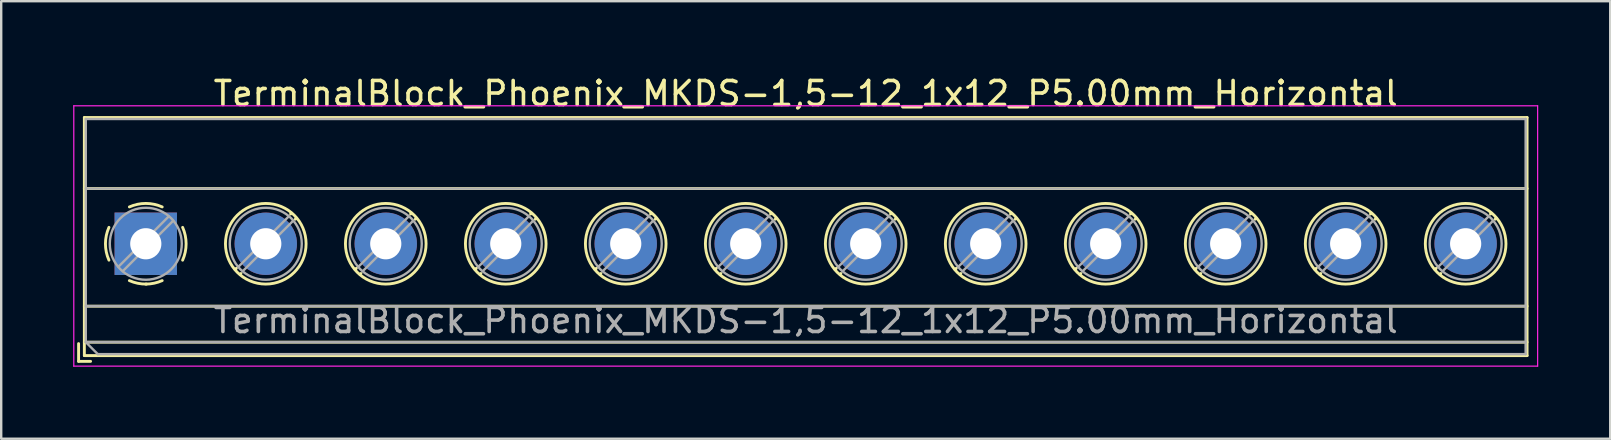
<source format=kicad_pcb>
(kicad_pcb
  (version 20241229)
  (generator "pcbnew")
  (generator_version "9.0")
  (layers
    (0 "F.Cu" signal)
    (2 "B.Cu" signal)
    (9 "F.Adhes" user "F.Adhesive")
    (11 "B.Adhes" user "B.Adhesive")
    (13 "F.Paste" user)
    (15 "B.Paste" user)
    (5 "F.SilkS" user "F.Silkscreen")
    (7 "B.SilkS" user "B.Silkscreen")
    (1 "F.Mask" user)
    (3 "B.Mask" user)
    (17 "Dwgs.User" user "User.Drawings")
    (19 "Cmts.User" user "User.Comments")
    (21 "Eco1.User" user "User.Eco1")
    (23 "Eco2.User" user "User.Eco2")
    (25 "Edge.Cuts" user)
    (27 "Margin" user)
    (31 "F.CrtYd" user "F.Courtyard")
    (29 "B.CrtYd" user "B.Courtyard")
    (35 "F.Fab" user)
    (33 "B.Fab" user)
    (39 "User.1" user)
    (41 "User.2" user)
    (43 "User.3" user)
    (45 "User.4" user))
  (footprint "TerminalBlock_Phoenix_MKDS-1,5-12_1x12_P5.00mm_Horizontal"
    (layer "F.Cu")
    (at 3.025 7.108)
    (property "Reference" "TerminalBlock_Phoenix_MKDS-1,5-12_1x12_P5.00mm_Horizontal" (at 27.5 -6.26 0) (layer "F.SilkS") (effects (font (size 1 1) (thickness 0.15))))
    (attr through_hole)
    (fp_line (start -2.8 4.16) (end -2.8 4.9) (stroke (width 0.12) (type solid)) (layer "F.SilkS"))
    (fp_line (start -2.8 4.9) (end -2.3 4.9) (stroke (width 0.12) (type solid)) (layer "F.SilkS"))
    (fp_line (start -2.56 -5.261) (end -2.56 4.66) (stroke (width 0.12) (type solid)) (layer "F.SilkS"))
    (fp_line (start -2.56 -5.261) (end 57.56 -5.261) (stroke (width 0.12) (type solid)) (layer "F.SilkS"))
    (fp_line (start -2.56 -2.301) (end 57.56 -2.301) (stroke (width 0.12) (type solid)) (layer "F.SilkS"))
    (fp_line (start -2.56 2.6) (end 57.56 2.6) (stroke (width 0.12) (type solid)) (layer "F.SilkS"))
    (fp_line (start -2.56 4.1) (end 57.56 4.1) (stroke (width 0.12) (type solid)) (layer "F.SilkS"))
    (fp_line (start -2.56 4.66) (end 57.56 4.66) (stroke (width 0.12) (type solid)) (layer "F.SilkS"))
    (fp_line (start 3.773 1.023) (end 3.726 1.069) (stroke (width 0.12) (type solid)) (layer "F.SilkS"))
    (fp_line (start 3.966 1.239) (end 3.931 1.274) (stroke (width 0.12) (type solid)) (layer "F.SilkS"))
    (fp_line (start 6.07 -1.275) (end 6.035 -1.239) (stroke (width 0.12) (type solid)) (layer "F.SilkS"))
    (fp_line (start 6.275 -1.069) (end 6.228 -1.023) (stroke (width 0.12) (type solid)) (layer "F.SilkS"))
    (fp_line (start 8.773 1.023) (end 8.726 1.069) (stroke (width 0.12) (type solid)) (layer "F.SilkS"))
    (fp_line (start 8.966 1.239) (end 8.931 1.274) (stroke (width 0.12) (type solid)) (layer "F.SilkS"))
    (fp_line (start 11.07 -1.275) (end 11.035 -1.239) (stroke (width 0.12) (type solid)) (layer "F.SilkS"))
    (fp_line (start 11.275 -1.069) (end 11.228 -1.023) (stroke (width 0.12) (type solid)) (layer "F.SilkS"))
    (fp_line (start 13.773 1.023) (end 13.726 1.069) (stroke (width 0.12) (type solid)) (layer "F.SilkS"))
    (fp_line (start 13.966 1.239) (end 13.931 1.274) (stroke (width 0.12) (type solid)) (layer "F.SilkS"))
    (fp_line (start 16.07 -1.275) (end 16.035 -1.239) (stroke (width 0.12) (type solid)) (layer "F.SilkS"))
    (fp_line (start 16.275 -1.069) (end 16.228 -1.023) (stroke (width 0.12) (type solid)) (layer "F.SilkS"))
    (fp_line (start 18.773 1.023) (end 18.726 1.069) (stroke (width 0.12) (type solid)) (layer "F.SilkS"))
    (fp_line (start 18.966 1.239) (end 18.931 1.274) (stroke (width 0.12) (type solid)) (layer "F.SilkS"))
    (fp_line (start 21.07 -1.275) (end 21.035 -1.239) (stroke (width 0.12) (type solid)) (layer "F.SilkS"))
    (fp_line (start 21.275 -1.069) (end 21.228 -1.023) (stroke (width 0.12) (type solid)) (layer "F.SilkS"))
    (fp_line (start 23.773 1.023) (end 23.726 1.069) (stroke (width 0.12) (type solid)) (layer "F.SilkS"))
    (fp_line (start 23.966 1.239) (end 23.931 1.274) (stroke (width 0.12) (type solid)) (layer "F.SilkS"))
    (fp_line (start 26.07 -1.275) (end 26.035 -1.239) (stroke (width 0.12) (type solid)) (layer "F.SilkS"))
    (fp_line (start 26.275 -1.069) (end 26.228 -1.023) (stroke (width 0.12) (type solid)) (layer "F.SilkS"))
    (fp_line (start 28.773 1.023) (end 28.726 1.069) (stroke (width 0.12) (type solid)) (layer "F.SilkS"))
    (fp_line (start 28.966 1.239) (end 28.931 1.274) (stroke (width 0.12) (type solid)) (layer "F.SilkS"))
    (fp_line (start 31.07 -1.275) (end 31.035 -1.239) (stroke (width 0.12) (type solid)) (layer "F.SilkS"))
    (fp_line (start 31.275 -1.069) (end 31.228 -1.023) (stroke (width 0.12) (type solid)) (layer "F.SilkS"))
    (fp_line (start 33.773 1.023) (end 33.726 1.069) (stroke (width 0.12) (type solid)) (layer "F.SilkS"))
    (fp_line (start 33.966 1.239) (end 33.931 1.274) (stroke (width 0.12) (type solid)) (layer "F.SilkS"))
    (fp_line (start 36.07 -1.275) (end 36.035 -1.239) (stroke (width 0.12) (type solid)) (layer "F.SilkS"))
    (fp_line (start 36.275 -1.069) (end 36.228 -1.023) (stroke (width 0.12) (type solid)) (layer "F.SilkS"))
    (fp_line (start 38.773 1.023) (end 38.726 1.069) (stroke (width 0.12) (type solid)) (layer "F.SilkS"))
    (fp_line (start 38.966 1.239) (end 38.931 1.274) (stroke (width 0.12) (type solid)) (layer "F.SilkS"))
    (fp_line (start 41.07 -1.275) (end 41.035 -1.239) (stroke (width 0.12) (type solid)) (layer "F.SilkS"))
    (fp_line (start 41.275 -1.069) (end 41.228 -1.023) (stroke (width 0.12) (type solid)) (layer "F.SilkS"))
    (fp_line (start 43.773 1.023) (end 43.726 1.069) (stroke (width 0.12) (type solid)) (layer "F.SilkS"))
    (fp_line (start 43.966 1.239) (end 43.931 1.274) (stroke (width 0.12) (type solid)) (layer "F.SilkS"))
    (fp_line (start 46.07 -1.275) (end 46.035 -1.239) (stroke (width 0.12) (type solid)) (layer "F.SilkS"))
    (fp_line (start 46.275 -1.069) (end 46.228 -1.023) (stroke (width 0.12) (type solid)) (layer "F.SilkS"))
    (fp_line (start 48.773 1.023) (end 48.726 1.069) (stroke (width 0.12) (type solid)) (layer "F.SilkS"))
    (fp_line (start 48.966 1.239) (end 48.931 1.274) (stroke (width 0.12) (type solid)) (layer "F.SilkS"))
    (fp_line (start 51.07 -1.275) (end 51.035 -1.239) (stroke (width 0.12) (type solid)) (layer "F.SilkS"))
    (fp_line (start 51.275 -1.069) (end 51.228 -1.023) (stroke (width 0.12) (type solid)) (layer "F.SilkS"))
    (fp_line (start 53.773 1.023) (end 53.726 1.069) (stroke (width 0.12) (type solid)) (layer "F.SilkS"))
    (fp_line (start 53.966 1.239) (end 53.931 1.274) (stroke (width 0.12) (type solid)) (layer "F.SilkS"))
    (fp_line (start 56.07 -1.275) (end 56.035 -1.239) (stroke (width 0.12) (type solid)) (layer "F.SilkS"))
    (fp_line (start 56.275 -1.069) (end 56.228 -1.023) (stroke (width 0.12) (type solid)) (layer "F.SilkS"))
    (fp_line (start 57.56 -5.261) (end 57.56 4.66) (stroke (width 0.12) (type solid)) (layer "F.SilkS"))
    (fp_arc (start -1.535427 0.683042) (mid -1.680501 -0.000524) (end -1.535 -0.684) (stroke (width 0.12) (type solid)) (layer "F.SilkS"))
    (fp_arc (start -0.683042 -1.535427) (mid 0.000524 -1.680501) (end 0.684 -1.535) (stroke (width 0.12) (type solid)) (layer "F.SilkS"))
    (fp_arc (start 0.028805 1.680253) (mid -0.335551 1.646659) (end -0.684 1.535) (stroke (width 0.12) (type solid)) (layer "F.SilkS"))
    (fp_arc (start 0.683318 1.534756) (mid 0.349292 1.643288) (end 0 1.68) (stroke (width 0.12) (type solid)) (layer "F.SilkS"))
    (fp_arc (start 1.535427 -0.683042) (mid 1.680501 0.000524) (end 1.535 0.684) (stroke (width 0.12) (type solid)) (layer "F.SilkS"))
    (fp_circle (center 5 0) (end 6.68 0) (stroke (width 0.12) (type solid)) (fill no) (layer "F.SilkS"))
    (fp_circle (center 10 0) (end 11.68 0) (stroke (width 0.12) (type solid)) (fill no) (layer "F.SilkS"))
    (fp_circle (center 15 0) (end 16.68 0) (stroke (width 0.12) (type solid)) (fill no) (layer "F.SilkS"))
    (fp_circle (center 20 0) (end 21.68 0) (stroke (width 0.12) (type solid)) (fill no) (layer "F.SilkS"))
    (fp_circle (center 25 0) (end 26.68 0) (stroke (width 0.12) (type solid)) (fill no) (layer "F.SilkS"))
    (fp_circle (center 30 0) (end 31.68 0) (stroke (width 0.12) (type solid)) (fill no) (layer "F.SilkS"))
    (fp_circle (center 35 0) (end 36.68 0) (stroke (width 0.12) (type solid)) (fill no) (layer "F.SilkS"))
    (fp_circle (center 40 0) (end 41.68 0) (stroke (width 0.12) (type solid)) (fill no) (layer "F.SilkS"))
    (fp_circle (center 45 0) (end 46.68 0) (stroke (width 0.12) (type solid)) (fill no) (layer "F.SilkS"))
    (fp_circle (center 50 0) (end 51.68 0) (stroke (width 0.12) (type solid)) (fill no) (layer "F.SilkS"))
    (fp_circle (center 55 0) (end 56.68 0) (stroke (width 0.12) (type solid)) (fill no) (layer "F.SilkS"))
    (fp_line (start -3 -5.75) (end -3 5.1) (stroke (width 0.05) (type solid)) (layer "F.CrtYd"))
    (fp_line (start -3 5.1) (end 58 5.1) (stroke (width 0.05) (type solid)) (layer "F.CrtYd"))
    (fp_line (start 58 -5.75) (end -3 -5.75) (stroke (width 0.05) (type solid)) (layer "F.CrtYd"))
    (fp_line (start 58 5.1) (end 58 -5.75) (stroke (width 0.05) (type solid)) (layer "F.CrtYd"))
    (fp_line (start -2.5 -5.2) (end 57.5 -5.2) (stroke (width 0.1) (type solid)) (layer "F.Fab"))
    (fp_line (start -2.5 -2.3) (end 57.5 -2.3) (stroke (width 0.1) (type solid)) (layer "F.Fab"))
    (fp_line (start -2.5 2.6) (end 57.5 2.6) (stroke (width 0.1) (type solid)) (layer "F.Fab"))
    (fp_line (start -2.5 4.1) (end -2.5 -5.2) (stroke (width 0.1) (type solid)) (layer "F.Fab"))
    (fp_line (start -2.5 4.1) (end 57.5 4.1) (stroke (width 0.1) (type solid)) (layer "F.Fab"))
    (fp_line (start -2 4.6) (end -2.5 4.1) (stroke (width 0.1) (type solid)) (layer "F.Fab"))
    (fp_line (start 0.955 -1.138) (end -1.138 0.955) (stroke (width 0.1) (type solid)) (layer "F.Fab"))
    (fp_line (start 1.138 -0.955) (end -0.955 1.138) (stroke (width 0.1) (type solid)) (layer "F.Fab"))
    (fp_line (start 5.955 -1.138) (end 3.863 0.955) (stroke (width 0.1) (type solid)) (layer "F.Fab"))
    (fp_line (start 6.138 -0.955) (end 4.046 1.138) (stroke (width 0.1) (type solid)) (layer "F.Fab"))
    (fp_line (start 10.955 -1.138) (end 8.863 0.955) (stroke (width 0.1) (type solid)) (layer "F.Fab"))
    (fp_line (start 11.138 -0.955) (end 9.046 1.138) (stroke (width 0.1) (type solid)) (layer "F.Fab"))
    (fp_line (start 15.955 -1.138) (end 13.863 0.955) (stroke (width 0.1) (type solid)) (layer "F.Fab"))
    (fp_line (start 16.138 -0.955) (end 14.046 1.138) (stroke (width 0.1) (type solid)) (layer "F.Fab"))
    (fp_line (start 20.955 -1.138) (end 18.863 0.955) (stroke (width 0.1) (type solid)) (layer "F.Fab"))
    (fp_line (start 21.138 -0.955) (end 19.046 1.138) (stroke (width 0.1) (type solid)) (layer "F.Fab"))
    (fp_line (start 25.955 -1.138) (end 23.863 0.955) (stroke (width 0.1) (type solid)) (layer "F.Fab"))
    (fp_line (start 26.138 -0.955) (end 24.046 1.138) (stroke (width 0.1) (type solid)) (layer "F.Fab"))
    (fp_line (start 30.955 -1.138) (end 28.863 0.955) (stroke (width 0.1) (type solid)) (layer "F.Fab"))
    (fp_line (start 31.138 -0.955) (end 29.046 1.138) (stroke (width 0.1) (type solid)) (layer "F.Fab"))
    (fp_line (start 35.955 -1.138) (end 33.863 0.955) (stroke (width 0.1) (type solid)) (layer "F.Fab"))
    (fp_line (start 36.138 -0.955) (end 34.046 1.138) (stroke (width 0.1) (type solid)) (layer "F.Fab"))
    (fp_line (start 40.955 -1.138) (end 38.863 0.955) (stroke (width 0.1) (type solid)) (layer "F.Fab"))
    (fp_line (start 41.138 -0.955) (end 39.046 1.138) (stroke (width 0.1) (type solid)) (layer "F.Fab"))
    (fp_line (start 45.955 -1.138) (end 43.863 0.955) (stroke (width 0.1) (type solid)) (layer "F.Fab"))
    (fp_line (start 46.138 -0.955) (end 44.046 1.138) (stroke (width 0.1) (type solid)) (layer "F.Fab"))
    (fp_line (start 50.955 -1.138) (end 48.863 0.955) (stroke (width 0.1) (type solid)) (layer "F.Fab"))
    (fp_line (start 51.138 -0.955) (end 49.046 1.138) (stroke (width 0.1) (type solid)) (layer "F.Fab"))
    (fp_line (start 55.955 -1.138) (end 53.863 0.955) (stroke (width 0.1) (type solid)) (layer "F.Fab"))
    (fp_line (start 56.138 -0.955) (end 54.046 1.138) (stroke (width 0.1) (type solid)) (layer "F.Fab"))
    (fp_line (start 57.5 -5.2) (end 57.5 4.6) (stroke (width 0.1) (type solid)) (layer "F.Fab"))
    (fp_line (start 57.5 4.6) (end -2 4.6) (stroke (width 0.1) (type solid)) (layer "F.Fab"))
    (fp_circle (center 0 0) (end 1.5 0) (stroke (width 0.1) (type solid)) (fill no) (layer "F.Fab"))
    (fp_circle (center 5 0) (end 6.5 0) (stroke (width 0.1) (type solid)) (fill no) (layer "F.Fab"))
    (fp_circle (center 10 0) (end 11.5 0) (stroke (width 0.1) (type solid)) (fill no) (layer "F.Fab"))
    (fp_circle (center 15 0) (end 16.5 0) (stroke (width 0.1) (type solid)) (fill no) (layer "F.Fab"))
    (fp_circle (center 20 0) (end 21.5 0) (stroke (width 0.1) (type solid)) (fill no) (layer "F.Fab"))
    (fp_circle (center 25 0) (end 26.5 0) (stroke (width 0.1) (type solid)) (fill no) (layer "F.Fab"))
    (fp_circle (center 30 0) (end 31.5 0) (stroke (width 0.1) (type solid)) (fill no) (layer "F.Fab"))
    (fp_circle (center 35 0) (end 36.5 0) (stroke (width 0.1) (type solid)) (fill no) (layer "F.Fab"))
    (fp_circle (center 40 0) (end 41.5 0) (stroke (width 0.1) (type solid)) (fill no) (layer "F.Fab"))
    (fp_circle (center 45 0) (end 46.5 0) (stroke (width 0.1) (type solid)) (fill no) (layer "F.Fab"))
    (fp_circle (center 50 0) (end 51.5 0) (stroke (width 0.1) (type solid)) (fill no) (layer "F.Fab"))
    (fp_circle (center 55 0) (end 56.5 0) (stroke (width 0.1) (type solid)) (fill no) (layer "F.Fab"))
    (fp_text user "${REFERENCE}" (at 27.5 3.2 0) (layer "F.Fab") (effects (font (size 1 1) (thickness 0.15))))
    (pad "1" thru_hole rect (at 0 0) (size 2.6 2.6) (drill 1.3) (layers "*.Cu" "*.Mask"))
    (pad "2" thru_hole circle (at 5 0) (size 2.6 2.6) (drill 1.3) (layers "*.Cu" "*.Mask"))
    (pad "3" thru_hole circle (at 10 0) (size 2.6 2.6) (drill 1.3) (layers "*.Cu" "*.Mask"))
    (pad "4" thru_hole circle (at 15 0) (size 2.6 2.6) (drill 1.3) (layers "*.Cu" "*.Mask"))
    (pad "5" thru_hole circle (at 20 0) (size 2.6 2.6) (drill 1.3) (layers "*.Cu" "*.Mask"))
    (pad "6" thru_hole circle (at 25 0) (size 2.6 2.6) (drill 1.3) (layers "*.Cu" "*.Mask"))
    (pad "7" thru_hole circle (at 30 0) (size 2.6 2.6) (drill 1.3) (layers "*.Cu" "*.Mask"))
    (pad "8" thru_hole circle (at 35 0) (size 2.6 2.6) (drill 1.3) (layers "*.Cu" "*.Mask"))
    (pad "9" thru_hole circle (at 40 0) (size 2.6 2.6) (drill 1.3) (layers "*.Cu" "*.Mask"))
    (pad "10" thru_hole circle (at 45 0) (size 2.6 2.6) (drill 1.3) (layers "*.Cu" "*.Mask"))
    (pad "11" thru_hole circle (at 50 0) (size 2.6 2.6) (drill 1.3) (layers "*.Cu" "*.Mask"))
    (pad "12" thru_hole circle (at 55 0) (size 2.6 2.6) (drill 1.3) (layers "*.Cu" "*.Mask")))
  (gr_rect
    (start -3 -3)
    (end 64.05 15.233)
    (stroke (width 0.1) (type default))
    (fill no)
    (layer "Edge.Cuts")))
</source>
